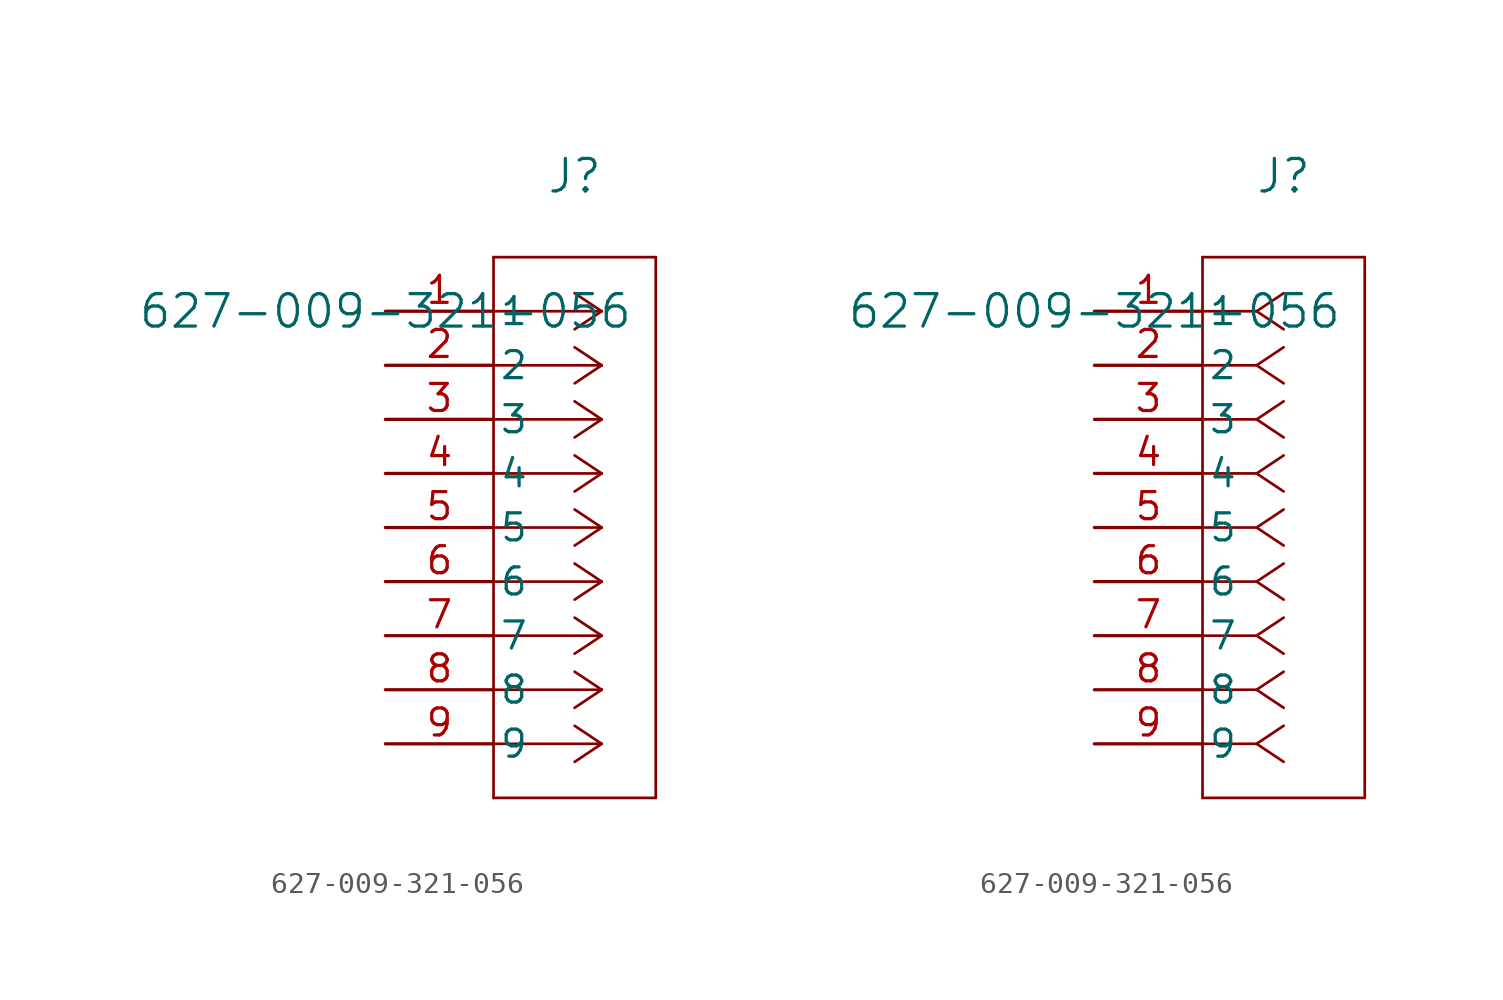
<source format=kicad_sym>
(kicad_symbol_lib
  (version 20211014)
  (generator kicad_symbol_editor)
  (symbol "627-009-321-056"
    (pin_names
      (offset 0.254))
    (property "Reference" "J"
      (at 8.89 6.35 0)
      (effects (font (size 1.524 1.524))))
    (property "Value" "627-009-321-056"
      (at 0 0 0)
      (effects (font (size 1.524 1.524))))
    (symbol "627-009-321-056_1_1"
      (polyline (pts (xy 10.16 0) (xy 5.08 0)) (stroke (width 0.127) (type default) (color 0 0 0 0)) (fill (type none)))
      (polyline (pts (xy 10.16 -2.54) (xy 5.08 -2.54)) (stroke (width 0.127) (type default) (color 0 0 0 0)) (fill (type none)))
      (polyline (pts (xy 10.16 -5.08) (xy 5.08 -5.08)) (stroke (width 0.127) (type default) (color 0 0 0 0)) (fill (type none)))
      (polyline (pts (xy 10.16 -7.62) (xy 5.08 -7.62)) (stroke (width 0.127) (type default) (color 0 0 0 0)) (fill (type none)))
      (polyline (pts (xy 10.16 -10.16) (xy 5.08 -10.16)) (stroke (width 0.127) (type default) (color 0 0 0 0)) (fill (type none)))
      (polyline (pts (xy 10.16 -12.7) (xy 5.08 -12.7)) (stroke (width 0.127) (type default) (color 0 0 0 0)) (fill (type none)))
      (polyline (pts (xy 10.16 -15.24) (xy 5.08 -15.24)) (stroke (width 0.127) (type default) (color 0 0 0 0)) (fill (type none)))
      (polyline (pts (xy 10.16 -17.78) (xy 5.08 -17.78)) (stroke (width 0.127) (type default) (color 0 0 0 0)) (fill (type none)))
      (polyline (pts (xy 10.16 -20.32) (xy 5.08 -20.32)) (stroke (width 0.127) (type default) (color 0 0 0 0)) (fill (type none)))
      (polyline (pts (xy 10.16 0) (xy 8.89 0.847)) (stroke (width 0.127) (type default) (color 0 0 0 0)) (fill (type none)))
      (polyline (pts (xy 10.16 -2.54) (xy 8.89 -1.693)) (stroke (width 0.127) (type default) (color 0 0 0 0)) (fill (type none)))
      (polyline (pts (xy 10.16 -5.08) (xy 8.89 -4.233)) (stroke (width 0.127) (type default) (color 0 0 0 0)) (fill (type none)))
      (polyline (pts (xy 10.16 -7.62) (xy 8.89 -6.773)) (stroke (width 0.127) (type default) (color 0 0 0 0)) (fill (type none)))
      (polyline (pts (xy 10.16 -10.16) (xy 8.89 -9.313)) (stroke (width 0.127) (type default) (color 0 0 0 0)) (fill (type none)))
      (polyline (pts (xy 10.16 -12.7) (xy 8.89 -11.853)) (stroke (width 0.127) (type default) (color 0 0 0 0)) (fill (type none)))
      (polyline (pts (xy 10.16 -15.24) (xy 8.89 -14.393)) (stroke (width 0.127) (type default) (color 0 0 0 0)) (fill (type none)))
      (polyline (pts (xy 10.16 -17.78) (xy 8.89 -16.933)) (stroke (width 0.127) (type default) (color 0 0 0 0)) (fill (type none)))
      (polyline (pts (xy 10.16 -20.32) (xy 8.89 -19.473)) (stroke (width 0.127) (type default) (color 0 0 0 0)) (fill (type none)))
      (polyline (pts (xy 10.16 0) (xy 8.89 -0.847)) (stroke (width 0.127) (type default) (color 0 0 0 0)) (fill (type none)))
      (polyline (pts (xy 10.16 -2.54) (xy 8.89 -3.387)) (stroke (width 0.127) (type default) (color 0 0 0 0)) (fill (type none)))
      (polyline (pts (xy 10.16 -5.08) (xy 8.89 -5.927)) (stroke (width 0.127) (type default) (color 0 0 0 0)) (fill (type none)))
      (polyline (pts (xy 10.16 -7.62) (xy 8.89 -8.467)) (stroke (width 0.127) (type default) (color 0 0 0 0)) (fill (type none)))
      (polyline (pts (xy 10.16 -10.16) (xy 8.89 -11.007)) (stroke (width 0.127) (type default) (color 0 0 0 0)) (fill (type none)))
      (polyline (pts (xy 10.16 -12.7) (xy 8.89 -13.547)) (stroke (width 0.127) (type default) (color 0 0 0 0)) (fill (type none)))
      (polyline (pts (xy 10.16 -15.24) (xy 8.89 -16.087)) (stroke (width 0.127) (type default) (color 0 0 0 0)) (fill (type none)))
      (polyline (pts (xy 10.16 -17.78) (xy 8.89 -18.627)) (stroke (width 0.127) (type default) (color 0 0 0 0)) (fill (type none)))
      (polyline (pts (xy 10.16 -20.32) (xy 8.89 -21.167)) (stroke (width 0.127) (type default) (color 0 0 0 0)) (fill (type none)))
      (polyline (pts (xy 5.08 2.54) (xy 5.08 -22.86)) (stroke (width 0.127) (type default) (color 0 0 0 0)) (fill (type none)))
      (polyline (pts (xy 5.08 -22.86) (xy 12.7 -22.86)) (stroke (width 0.127) (type default) (color 0 0 0 0)) (fill (type none)))
      (polyline (pts (xy 12.7 -22.86) (xy 12.7 2.54)) (stroke (width 0.127) (type default) (color 0 0 0 0)) (fill (type none)))
      (polyline (pts (xy 12.7 2.54) (xy 5.08 2.54)) (stroke (width 0.127) (type default) (color 0 0 0 0)) (fill (type none)))
      (pin unspecified line (at 0 0 0) (length 5.08) (name "1" (effects (font (size 1.27 1.27)))) (number "1" (effects (font (size 1.27 1.27)))))
      (pin unspecified line (at 0 -2.54 0) (length 5.08) (name "2" (effects (font (size 1.27 1.27)))) (number "2" (effects (font (size 1.27 1.27)))))
      (pin unspecified line (at 0 -5.08 0) (length 5.08) (name "3" (effects (font (size 1.27 1.27)))) (number "3" (effects (font (size 1.27 1.27)))))
      (pin unspecified line (at 0 -7.62 0) (length 5.08) (name "4" (effects (font (size 1.27 1.27)))) (number "4" (effects (font (size 1.27 1.27)))))
      (pin unspecified line (at 0 -10.16 0) (length 5.08) (name "5" (effects (font (size 1.27 1.27)))) (number "5" (effects (font (size 1.27 1.27)))))
      (pin unspecified line (at 0 -12.7 0) (length 5.08) (name "6" (effects (font (size 1.27 1.27)))) (number "6" (effects (font (size 1.27 1.27)))))
      (pin unspecified line (at 0 -15.24 0) (length 5.08) (name "7" (effects (font (size 1.27 1.27)))) (number "7" (effects (font (size 1.27 1.27)))))
      (pin unspecified line (at 0 -17.78 0) (length 5.08) (name "8" (effects (font (size 1.27 1.27)))) (number "8" (effects (font (size 1.27 1.27)))))
      (pin unspecified line (at 0 -20.32 0) (length 5.08) (name "9" (effects (font (size 1.27 1.27)))) (number "9" (effects (font (size 1.27 1.27))))))
    (symbol "627-009-321-056_1_2"
      (polyline (pts (xy 7.62 0) (xy 5.08 0)) (stroke (width 0.127) (type default) (color 0 0 0 0)) (fill (type none)))
      (polyline (pts (xy 7.62 -2.54) (xy 5.08 -2.54)) (stroke (width 0.127) (type default) (color 0 0 0 0)) (fill (type none)))
      (polyline (pts (xy 7.62 -5.08) (xy 5.08 -5.08)) (stroke (width 0.127) (type default) (color 0 0 0 0)) (fill (type none)))
      (polyline (pts (xy 7.62 -7.62) (xy 5.08 -7.62)) (stroke (width 0.127) (type default) (color 0 0 0 0)) (fill (type none)))
      (polyline (pts (xy 7.62 -10.16) (xy 5.08 -10.16)) (stroke (width 0.127) (type default) (color 0 0 0 0)) (fill (type none)))
      (polyline (pts (xy 7.62 -12.7) (xy 5.08 -12.7)) (stroke (width 0.127) (type default) (color 0 0 0 0)) (fill (type none)))
      (polyline (pts (xy 7.62 -15.24) (xy 5.08 -15.24)) (stroke (width 0.127) (type default) (color 0 0 0 0)) (fill (type none)))
      (polyline (pts (xy 7.62 -17.78) (xy 5.08 -17.78)) (stroke (width 0.127) (type default) (color 0 0 0 0)) (fill (type none)))
      (polyline (pts (xy 7.62 -20.32) (xy 5.08 -20.32)) (stroke (width 0.127) (type default) (color 0 0 0 0)) (fill (type none)))
      (polyline (pts (xy 7.62 0) (xy 8.89 0.847)) (stroke (width 0.127) (type default) (color 0 0 0 0)) (fill (type none)))
      (polyline (pts (xy 7.62 -2.54) (xy 8.89 -1.693)) (stroke (width 0.127) (type default) (color 0 0 0 0)) (fill (type none)))
      (polyline (pts (xy 7.62 -5.08) (xy 8.89 -4.233)) (stroke (width 0.127) (type default) (color 0 0 0 0)) (fill (type none)))
      (polyline (pts (xy 7.62 -7.62) (xy 8.89 -6.773)) (stroke (width 0.127) (type default) (color 0 0 0 0)) (fill (type none)))
      (polyline (pts (xy 7.62 -10.16) (xy 8.89 -9.313)) (stroke (width 0.127) (type default) (color 0 0 0 0)) (fill (type none)))
      (polyline (pts (xy 7.62 -12.7) (xy 8.89 -11.853)) (stroke (width 0.127) (type default) (color 0 0 0 0)) (fill (type none)))
      (polyline (pts (xy 7.62 -15.24) (xy 8.89 -14.393)) (stroke (width 0.127) (type default) (color 0 0 0 0)) (fill (type none)))
      (polyline (pts (xy 7.62 -17.78) (xy 8.89 -16.933)) (stroke (width 0.127) (type default) (color 0 0 0 0)) (fill (type none)))
      (polyline (pts (xy 7.62 -20.32) (xy 8.89 -19.473)) (stroke (width 0.127) (type default) (color 0 0 0 0)) (fill (type none)))
      (polyline (pts (xy 7.62 0) (xy 8.89 -0.847)) (stroke (width 0.127) (type default) (color 0 0 0 0)) (fill (type none)))
      (polyline (pts (xy 7.62 -2.54) (xy 8.89 -3.387)) (stroke (width 0.127) (type default) (color 0 0 0 0)) (fill (type none)))
      (polyline (pts (xy 7.62 -5.08) (xy 8.89 -5.927)) (stroke (width 0.127) (type default) (color 0 0 0 0)) (fill (type none)))
      (polyline (pts (xy 7.62 -7.62) (xy 8.89 -8.467)) (stroke (width 0.127) (type default) (color 0 0 0 0)) (fill (type none)))
      (polyline (pts (xy 7.62 -10.16) (xy 8.89 -11.007)) (stroke (width 0.127) (type default) (color 0 0 0 0)) (fill (type none)))
      (polyline (pts (xy 7.62 -12.7) (xy 8.89 -13.547)) (stroke (width 0.127) (type default) (color 0 0 0 0)) (fill (type none)))
      (polyline (pts (xy 7.62 -15.24) (xy 8.89 -16.087)) (stroke (width 0.127) (type default) (color 0 0 0 0)) (fill (type none)))
      (polyline (pts (xy 7.62 -17.78) (xy 8.89 -18.627)) (stroke (width 0.127) (type default) (color 0 0 0 0)) (fill (type none)))
      (polyline (pts (xy 7.62 -20.32) (xy 8.89 -21.167)) (stroke (width 0.127) (type default) (color 0 0 0 0)) (fill (type none)))
      (polyline (pts (xy 5.08 2.54) (xy 5.08 -22.86)) (stroke (width 0.127) (type default) (color 0 0 0 0)) (fill (type none)))
      (polyline (pts (xy 5.08 -22.86) (xy 12.7 -22.86)) (stroke (width 0.127) (type default) (color 0 0 0 0)) (fill (type none)))
      (polyline (pts (xy 12.7 -22.86) (xy 12.7 2.54)) (stroke (width 0.127) (type default) (color 0 0 0 0)) (fill (type none)))
      (polyline (pts (xy 12.7 2.54) (xy 5.08 2.54)) (stroke (width 0.127) (type default) (color 0 0 0 0)) (fill (type none)))
      (pin unspecified line (at 0 0 0) (length 5.08) (name "1" (effects (font (size 1.27 1.27)))) (number "1" (effects (font (size 1.27 1.27)))))
      (pin unspecified line (at 0 -2.54 0) (length 5.08) (name "2" (effects (font (size 1.27 1.27)))) (number "2" (effects (font (size 1.27 1.27)))))
      (pin unspecified line (at 0 -5.08 0) (length 5.08) (name "3" (effects (font (size 1.27 1.27)))) (number "3" (effects (font (size 1.27 1.27)))))
      (pin unspecified line (at 0 -7.62 0) (length 5.08) (name "4" (effects (font (size 1.27 1.27)))) (number "4" (effects (font (size 1.27 1.27)))))
      (pin unspecified line (at 0 -10.16 0) (length 5.08) (name "5" (effects (font (size 1.27 1.27)))) (number "5" (effects (font (size 1.27 1.27)))))
      (pin unspecified line (at 0 -12.7 0) (length 5.08) (name "6" (effects (font (size 1.27 1.27)))) (number "6" (effects (font (size 1.27 1.27)))))
      (pin unspecified line (at 0 -15.24 0) (length 5.08) (name "7" (effects (font (size 1.27 1.27)))) (number "7" (effects (font (size 1.27 1.27)))))
      (pin unspecified line (at 0 -17.78 0) (length 5.08) (name "8" (effects (font (size 1.27 1.27)))) (number "8" (effects (font (size 1.27 1.27)))))
      (pin unspecified line (at 0 -20.32 0) (length 5.08) (name "9" (effects (font (size 1.27 1.27)))) (number "9" (effects (font (size 1.27 1.27))))))))
</source>
